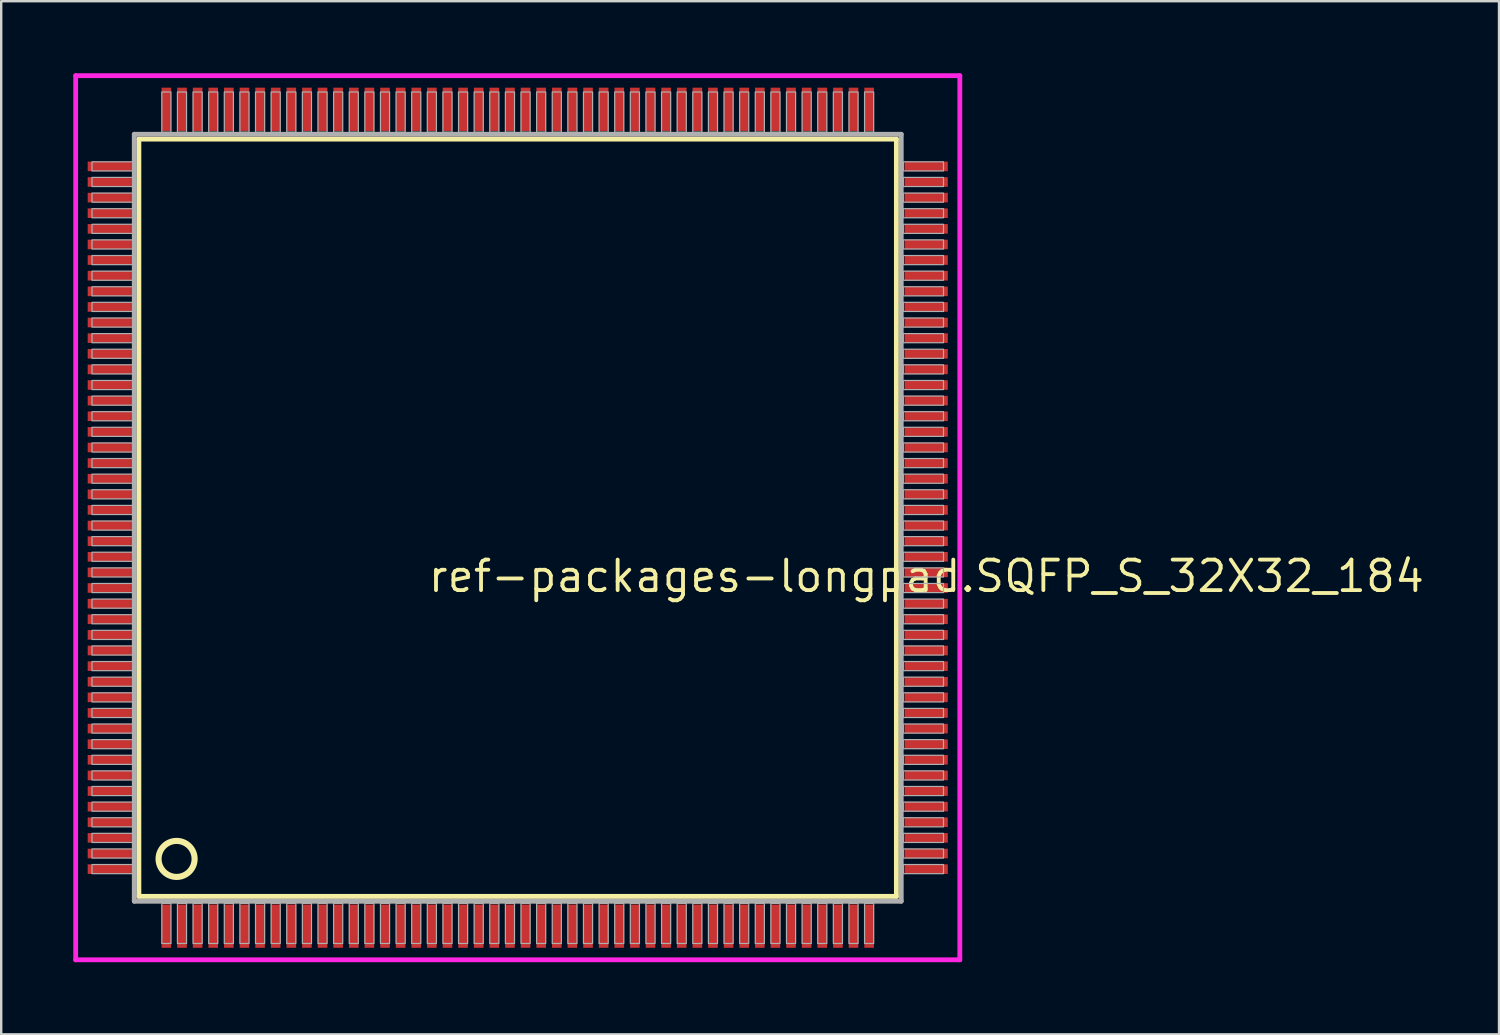
<source format=kicad_pcb>
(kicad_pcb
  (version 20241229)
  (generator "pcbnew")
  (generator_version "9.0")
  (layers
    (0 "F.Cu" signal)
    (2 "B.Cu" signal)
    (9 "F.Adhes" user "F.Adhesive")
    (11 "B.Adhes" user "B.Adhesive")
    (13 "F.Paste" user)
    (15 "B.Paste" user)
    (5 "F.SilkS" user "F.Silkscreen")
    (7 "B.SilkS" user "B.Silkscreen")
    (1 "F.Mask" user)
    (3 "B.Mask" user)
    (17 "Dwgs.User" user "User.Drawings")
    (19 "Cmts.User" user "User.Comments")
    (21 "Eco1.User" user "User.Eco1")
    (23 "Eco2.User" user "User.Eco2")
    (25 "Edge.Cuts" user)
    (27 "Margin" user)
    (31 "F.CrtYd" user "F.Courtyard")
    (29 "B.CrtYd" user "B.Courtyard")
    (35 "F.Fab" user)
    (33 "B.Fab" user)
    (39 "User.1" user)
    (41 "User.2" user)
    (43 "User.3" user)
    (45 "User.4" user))
  (footprint "ref-packages-longpad.SQFP_S_32X32_184"
    (layer "F.Cu")
    (at 18.5 18.5)
    (property "Reference" "ref-packages-longpad.SQFP_S_32X32_184" (at -3.81 3.175 0) (layer "F.SilkS") (effects (font (size 1.27 1.27) (thickness 0.16)) (justify left bottom)))
    (attr smd)
    (fp_line (start -15.77 -15.76) (end 15.76 -15.76) (stroke (width 0.203) (type default)) (layer "F.SilkS"))
    (fp_line (start -15.77 15.76) (end -15.77 -15.76) (stroke (width 0.203) (type default)) (layer "F.SilkS"))
    (fp_line (start 15.76 -15.76) (end 15.76 15.76) (stroke (width 0.203) (type default)) (layer "F.SilkS"))
    (fp_line (start 15.76 15.76) (end -15.77 15.76) (stroke (width 0.203) (type default)) (layer "F.SilkS"))
    (fp_circle (center -14.2 14.2) (end -13.45 14.2) (stroke (width 0.254) (type default)) (fill no) (layer "F.SilkS"))
    (fp_line (start -18.4 -18.4) (end 18.4 -18.4) (stroke (width 0.2) (type default)) (layer "F.CrtYd"))
    (fp_line (start -18.4 18.4) (end -18.4 -18.4) (stroke (width 0.2) (type default)) (layer "F.CrtYd"))
    (fp_line (start 18.4 -18.4) (end 18.4 18.4) (stroke (width 0.2) (type default)) (layer "F.CrtYd"))
    (fp_line (start 18.4 18.4) (end -18.4 18.4) (stroke (width 0.2) (type default)) (layer "F.CrtYd"))
    (fp_line (start -15.96 -15.96) (end -15.96 15.96) (stroke (width 0.203) (type default)) (layer "F.Fab"))
    (fp_line (start -15.96 15.96) (end 15.96 15.96) (stroke (width 0.203) (type default)) (layer "F.Fab"))
    (fp_line (start 15.96 -15.96) (end -15.96 -15.96) (stroke (width 0.203) (type default)) (layer "F.Fab"))
    (fp_line (start 15.96 15.96) (end 15.96 -15.96) (stroke (width 0.203) (type default)) (layer "F.Fab"))
    (fp_rect (start -17.72 -14.435) (end -16.05 -14.815) (stroke (width 0.05) (type default)) (fill no) (layer "F.Fab"))
    (fp_rect (start -17.72 -13.785) (end -16.05 -14.165) (stroke (width 0.05) (type default)) (fill no) (layer "F.Fab"))
    (fp_rect (start -17.72 -13.135) (end -16.05 -13.515) (stroke (width 0.05) (type default)) (fill no) (layer "F.Fab"))
    (fp_rect (start -17.72 -12.485) (end -16.05 -12.865) (stroke (width 0.05) (type default)) (fill no) (layer "F.Fab"))
    (fp_rect (start -17.72 -11.835) (end -16.05 -12.215) (stroke (width 0.05) (type default)) (fill no) (layer "F.Fab"))
    (fp_rect (start -17.72 -11.185) (end -16.05 -11.565) (stroke (width 0.05) (type default)) (fill no) (layer "F.Fab"))
    (fp_rect (start -17.72 -10.535) (end -16.05 -10.915) (stroke (width 0.05) (type default)) (fill no) (layer "F.Fab"))
    (fp_rect (start -17.72 -9.885) (end -16.05 -10.265) (stroke (width 0.05) (type default)) (fill no) (layer "F.Fab"))
    (fp_rect (start -17.72 -9.235) (end -16.05 -9.615) (stroke (width 0.05) (type default)) (fill no) (layer "F.Fab"))
    (fp_rect (start -17.72 -8.585) (end -16.05 -8.965) (stroke (width 0.05) (type default)) (fill no) (layer "F.Fab"))
    (fp_rect (start -17.72 -7.935) (end -16.05 -8.315) (stroke (width 0.05) (type default)) (fill no) (layer "F.Fab"))
    (fp_rect (start -17.72 -7.285) (end -16.05 -7.665) (stroke (width 0.05) (type default)) (fill no) (layer "F.Fab"))
    (fp_rect (start -17.72 -6.635) (end -16.05 -7.015) (stroke (width 0.05) (type default)) (fill no) (layer "F.Fab"))
    (fp_rect (start -17.72 -5.985) (end -16.05 -6.365) (stroke (width 0.05) (type default)) (fill no) (layer "F.Fab"))
    (fp_rect (start -17.72 -5.335) (end -16.05 -5.715) (stroke (width 0.05) (type default)) (fill no) (layer "F.Fab"))
    (fp_rect (start -17.72 -4.685) (end -16.05 -5.065) (stroke (width 0.05) (type default)) (fill no) (layer "F.Fab"))
    (fp_rect (start -17.72 -4.035) (end -16.05 -4.415) (stroke (width 0.05) (type default)) (fill no) (layer "F.Fab"))
    (fp_rect (start -17.72 -3.385) (end -16.05 -3.765) (stroke (width 0.05) (type default)) (fill no) (layer "F.Fab"))
    (fp_rect (start -17.72 -2.735) (end -16.05 -3.115) (stroke (width 0.05) (type default)) (fill no) (layer "F.Fab"))
    (fp_rect (start -17.72 -2.085) (end -16.05 -2.465) (stroke (width 0.05) (type default)) (fill no) (layer "F.Fab"))
    (fp_rect (start -17.72 -1.435) (end -16.05 -1.815) (stroke (width 0.05) (type default)) (fill no) (layer "F.Fab"))
    (fp_rect (start -17.72 -0.785) (end -16.05 -1.165) (stroke (width 0.05) (type default)) (fill no) (layer "F.Fab"))
    (fp_rect (start -17.72 -0.135) (end -16.05 -0.515) (stroke (width 0.05) (type default)) (fill no) (layer "F.Fab"))
    (fp_rect (start -17.72 0.515) (end -16.05 0.135) (stroke (width 0.05) (type default)) (fill no) (layer "F.Fab"))
    (fp_rect (start -17.72 1.165) (end -16.05 0.785) (stroke (width 0.05) (type default)) (fill no) (layer "F.Fab"))
    (fp_rect (start -17.72 1.815) (end -16.05 1.435) (stroke (width 0.05) (type default)) (fill no) (layer "F.Fab"))
    (fp_rect (start -17.72 2.465) (end -16.05 2.085) (stroke (width 0.05) (type default)) (fill no) (layer "F.Fab"))
    (fp_rect (start -17.72 3.115) (end -16.05 2.735) (stroke (width 0.05) (type default)) (fill no) (layer "F.Fab"))
    (fp_rect (start -17.72 3.765) (end -16.05 3.385) (stroke (width 0.05) (type default)) (fill no) (layer "F.Fab"))
    (fp_rect (start -17.72 4.415) (end -16.05 4.035) (stroke (width 0.05) (type default)) (fill no) (layer "F.Fab"))
    (fp_rect (start -17.72 5.065) (end -16.05 4.685) (stroke (width 0.05) (type default)) (fill no) (layer "F.Fab"))
    (fp_rect (start -17.72 5.715) (end -16.05 5.335) (stroke (width 0.05) (type default)) (fill no) (layer "F.Fab"))
    (fp_rect (start -17.72 6.365) (end -16.05 5.985) (stroke (width 0.05) (type default)) (fill no) (layer "F.Fab"))
    (fp_rect (start -17.72 7.015) (end -16.05 6.635) (stroke (width 0.05) (type default)) (fill no) (layer "F.Fab"))
    (fp_rect (start -17.72 7.665) (end -16.05 7.285) (stroke (width 0.05) (type default)) (fill no) (layer "F.Fab"))
    (fp_rect (start -17.72 8.315) (end -16.05 7.935) (stroke (width 0.05) (type default)) (fill no) (layer "F.Fab"))
    (fp_rect (start -17.72 8.965) (end -16.05 8.585) (stroke (width 0.05) (type default)) (fill no) (layer "F.Fab"))
    (fp_rect (start -17.72 9.615) (end -16.05 9.235) (stroke (width 0.05) (type default)) (fill no) (layer "F.Fab"))
    (fp_rect (start -17.72 10.265) (end -16.05 9.885) (stroke (width 0.05) (type default)) (fill no) (layer "F.Fab"))
    (fp_rect (start -17.72 10.915) (end -16.05 10.535) (stroke (width 0.05) (type default)) (fill no) (layer "F.Fab"))
    (fp_rect (start -17.72 11.565) (end -16.05 11.185) (stroke (width 0.05) (type default)) (fill no) (layer "F.Fab"))
    (fp_rect (start -17.72 12.215) (end -16.05 11.835) (stroke (width 0.05) (type default)) (fill no) (layer "F.Fab"))
    (fp_rect (start -17.72 12.865) (end -16.05 12.485) (stroke (width 0.05) (type default)) (fill no) (layer "F.Fab"))
    (fp_rect (start -17.72 13.515) (end -16.05 13.135) (stroke (width 0.05) (type default)) (fill no) (layer "F.Fab"))
    (fp_rect (start -17.72 14.165) (end -16.05 13.785) (stroke (width 0.05) (type default)) (fill no) (layer "F.Fab"))
    (fp_rect (start -17.72 14.815) (end -16.05 14.435) (stroke (width 0.05) (type default)) (fill no) (layer "F.Fab"))
    (fp_rect (start -14.815 -16.05) (end -14.435 -17.72) (stroke (width 0.05) (type default)) (fill no) (layer "F.Fab"))
    (fp_rect (start -14.815 17.72) (end -14.435 16.05) (stroke (width 0.05) (type default)) (fill no) (layer "F.Fab"))
    (fp_rect (start -14.165 -16.05) (end -13.785 -17.72) (stroke (width 0.05) (type default)) (fill no) (layer "F.Fab"))
    (fp_rect (start -14.165 17.72) (end -13.785 16.05) (stroke (width 0.05) (type default)) (fill no) (layer "F.Fab"))
    (fp_rect (start -13.515 -16.05) (end -13.135 -17.72) (stroke (width 0.05) (type default)) (fill no) (layer "F.Fab"))
    (fp_rect (start -13.515 17.72) (end -13.135 16.05) (stroke (width 0.05) (type default)) (fill no) (layer "F.Fab"))
    (fp_rect (start -12.865 -16.05) (end -12.485 -17.72) (stroke (width 0.05) (type default)) (fill no) (layer "F.Fab"))
    (fp_rect (start -12.865 17.72) (end -12.485 16.05) (stroke (width 0.05) (type default)) (fill no) (layer "F.Fab"))
    (fp_rect (start -12.215 -16.05) (end -11.835 -17.72) (stroke (width 0.05) (type default)) (fill no) (layer "F.Fab"))
    (fp_rect (start -12.215 17.72) (end -11.835 16.05) (stroke (width 0.05) (type default)) (fill no) (layer "F.Fab"))
    (fp_rect (start -11.565 -16.05) (end -11.185 -17.72) (stroke (width 0.05) (type default)) (fill no) (layer "F.Fab"))
    (fp_rect (start -11.565 17.72) (end -11.185 16.05) (stroke (width 0.05) (type default)) (fill no) (layer "F.Fab"))
    (fp_rect (start -10.915 -16.05) (end -10.535 -17.72) (stroke (width 0.05) (type default)) (fill no) (layer "F.Fab"))
    (fp_rect (start -10.915 17.72) (end -10.535 16.05) (stroke (width 0.05) (type default)) (fill no) (layer "F.Fab"))
    (fp_rect (start -10.265 -16.05) (end -9.885 -17.72) (stroke (width 0.05) (type default)) (fill no) (layer "F.Fab"))
    (fp_rect (start -10.265 17.72) (end -9.885 16.05) (stroke (width 0.05) (type default)) (fill no) (layer "F.Fab"))
    (fp_rect (start -9.615 -16.05) (end -9.235 -17.72) (stroke (width 0.05) (type default)) (fill no) (layer "F.Fab"))
    (fp_rect (start -9.615 17.72) (end -9.235 16.05) (stroke (width 0.05) (type default)) (fill no) (layer "F.Fab"))
    (fp_rect (start -8.965 -16.05) (end -8.585 -17.72) (stroke (width 0.05) (type default)) (fill no) (layer "F.Fab"))
    (fp_rect (start -8.965 17.72) (end -8.585 16.05) (stroke (width 0.05) (type default)) (fill no) (layer "F.Fab"))
    (fp_rect (start -8.315 -16.05) (end -7.935 -17.72) (stroke (width 0.05) (type default)) (fill no) (layer "F.Fab"))
    (fp_rect (start -8.315 17.72) (end -7.935 16.05) (stroke (width 0.05) (type default)) (fill no) (layer "F.Fab"))
    (fp_rect (start -7.665 -16.05) (end -7.285 -17.72) (stroke (width 0.05) (type default)) (fill no) (layer "F.Fab"))
    (fp_rect (start -7.665 17.72) (end -7.285 16.05) (stroke (width 0.05) (type default)) (fill no) (layer "F.Fab"))
    (fp_rect (start -7.015 -16.05) (end -6.635 -17.72) (stroke (width 0.05) (type default)) (fill no) (layer "F.Fab"))
    (fp_rect (start -7.015 17.72) (end -6.635 16.05) (stroke (width 0.05) (type default)) (fill no) (layer "F.Fab"))
    (fp_rect (start -6.365 -16.05) (end -5.985 -17.72) (stroke (width 0.05) (type default)) (fill no) (layer "F.Fab"))
    (fp_rect (start -6.365 17.72) (end -5.985 16.05) (stroke (width 0.05) (type default)) (fill no) (layer "F.Fab"))
    (fp_rect (start -5.715 -16.05) (end -5.335 -17.72) (stroke (width 0.05) (type default)) (fill no) (layer "F.Fab"))
    (fp_rect (start -5.715 17.72) (end -5.335 16.05) (stroke (width 0.05) (type default)) (fill no) (layer "F.Fab"))
    (fp_rect (start -5.065 -16.05) (end -4.685 -17.72) (stroke (width 0.05) (type default)) (fill no) (layer "F.Fab"))
    (fp_rect (start -5.065 17.72) (end -4.685 16.05) (stroke (width 0.05) (type default)) (fill no) (layer "F.Fab"))
    (fp_rect (start -4.415 -16.05) (end -4.035 -17.72) (stroke (width 0.05) (type default)) (fill no) (layer "F.Fab"))
    (fp_rect (start -4.415 17.72) (end -4.035 16.05) (stroke (width 0.05) (type default)) (fill no) (layer "F.Fab"))
    (fp_rect (start -3.765 -16.05) (end -3.385 -17.72) (stroke (width 0.05) (type default)) (fill no) (layer "F.Fab"))
    (fp_rect (start -3.765 17.72) (end -3.385 16.05) (stroke (width 0.05) (type default)) (fill no) (layer "F.Fab"))
    (fp_rect (start -3.115 -16.05) (end -2.735 -17.72) (stroke (width 0.05) (type default)) (fill no) (layer "F.Fab"))
    (fp_rect (start -3.115 17.72) (end -2.735 16.05) (stroke (width 0.05) (type default)) (fill no) (layer "F.Fab"))
    (fp_rect (start -2.465 -16.05) (end -2.085 -17.72) (stroke (width 0.05) (type default)) (fill no) (layer "F.Fab"))
    (fp_rect (start -2.465 17.72) (end -2.085 16.05) (stroke (width 0.05) (type default)) (fill no) (layer "F.Fab"))
    (fp_rect (start -1.815 -16.05) (end -1.435 -17.72) (stroke (width 0.05) (type default)) (fill no) (layer "F.Fab"))
    (fp_rect (start -1.815 17.72) (end -1.435 16.05) (stroke (width 0.05) (type default)) (fill no) (layer "F.Fab"))
    (fp_rect (start -1.165 -16.05) (end -0.785 -17.72) (stroke (width 0.05) (type default)) (fill no) (layer "F.Fab"))
    (fp_rect (start -1.165 17.72) (end -0.785 16.05) (stroke (width 0.05) (type default)) (fill no) (layer "F.Fab"))
    (fp_rect (start -0.515 -16.05) (end -0.135 -17.72) (stroke (width 0.05) (type default)) (fill no) (layer "F.Fab"))
    (fp_rect (start -0.515 17.72) (end -0.135 16.05) (stroke (width 0.05) (type default)) (fill no) (layer "F.Fab"))
    (fp_rect (start 0.135 -16.05) (end 0.515 -17.72) (stroke (width 0.05) (type default)) (fill no) (layer "F.Fab"))
    (fp_rect (start 0.135 17.72) (end 0.515 16.05) (stroke (width 0.05) (type default)) (fill no) (layer "F.Fab"))
    (fp_rect (start 0.785 -16.05) (end 1.165 -17.72) (stroke (width 0.05) (type default)) (fill no) (layer "F.Fab"))
    (fp_rect (start 0.785 17.72) (end 1.165 16.05) (stroke (width 0.05) (type default)) (fill no) (layer "F.Fab"))
    (fp_rect (start 1.435 -16.05) (end 1.815 -17.72) (stroke (width 0.05) (type default)) (fill no) (layer "F.Fab"))
    (fp_rect (start 1.435 17.72) (end 1.815 16.05) (stroke (width 0.05) (type default)) (fill no) (layer "F.Fab"))
    (fp_rect (start 2.085 -16.05) (end 2.465 -17.72) (stroke (width 0.05) (type default)) (fill no) (layer "F.Fab"))
    (fp_rect (start 2.085 17.72) (end 2.465 16.05) (stroke (width 0.05) (type default)) (fill no) (layer "F.Fab"))
    (fp_rect (start 2.735 -16.05) (end 3.115 -17.72) (stroke (width 0.05) (type default)) (fill no) (layer "F.Fab"))
    (fp_rect (start 2.735 17.72) (end 3.115 16.05) (stroke (width 0.05) (type default)) (fill no) (layer "F.Fab"))
    (fp_rect (start 3.385 -16.05) (end 3.765 -17.72) (stroke (width 0.05) (type default)) (fill no) (layer "F.Fab"))
    (fp_rect (start 3.385 17.72) (end 3.765 16.05) (stroke (width 0.05) (type default)) (fill no) (layer "F.Fab"))
    (fp_rect (start 4.035 -16.05) (end 4.415 -17.72) (stroke (width 0.05) (type default)) (fill no) (layer "F.Fab"))
    (fp_rect (start 4.035 17.72) (end 4.415 16.05) (stroke (width 0.05) (type default)) (fill no) (layer "F.Fab"))
    (fp_rect (start 4.685 -16.05) (end 5.065 -17.72) (stroke (width 0.05) (type default)) (fill no) (layer "F.Fab"))
    (fp_rect (start 4.685 17.72) (end 5.065 16.05) (stroke (width 0.05) (type default)) (fill no) (layer "F.Fab"))
    (fp_rect (start 5.335 -16.05) (end 5.715 -17.72) (stroke (width 0.05) (type default)) (fill no) (layer "F.Fab"))
    (fp_rect (start 5.335 17.72) (end 5.715 16.05) (stroke (width 0.05) (type default)) (fill no) (layer "F.Fab"))
    (fp_rect (start 5.985 -16.05) (end 6.365 -17.72) (stroke (width 0.05) (type default)) (fill no) (layer "F.Fab"))
    (fp_rect (start 5.985 17.72) (end 6.365 16.05) (stroke (width 0.05) (type default)) (fill no) (layer "F.Fab"))
    (fp_rect (start 6.635 -16.05) (end 7.015 -17.72) (stroke (width 0.05) (type default)) (fill no) (layer "F.Fab"))
    (fp_rect (start 6.635 17.72) (end 7.015 16.05) (stroke (width 0.05) (type default)) (fill no) (layer "F.Fab"))
    (fp_rect (start 7.285 -16.05) (end 7.665 -17.72) (stroke (width 0.05) (type default)) (fill no) (layer "F.Fab"))
    (fp_rect (start 7.285 17.72) (end 7.665 16.05) (stroke (width 0.05) (type default)) (fill no) (layer "F.Fab"))
    (fp_rect (start 7.935 -16.05) (end 8.315 -17.72) (stroke (width 0.05) (type default)) (fill no) (layer "F.Fab"))
    (fp_rect (start 7.935 17.72) (end 8.315 16.05) (stroke (width 0.05) (type default)) (fill no) (layer "F.Fab"))
    (fp_rect (start 8.585 -16.05) (end 8.965 -17.72) (stroke (width 0.05) (type default)) (fill no) (layer "F.Fab"))
    (fp_rect (start 8.585 17.72) (end 8.965 16.05) (stroke (width 0.05) (type default)) (fill no) (layer "F.Fab"))
    (fp_rect (start 9.235 -16.05) (end 9.615 -17.72) (stroke (width 0.05) (type default)) (fill no) (layer "F.Fab"))
    (fp_rect (start 9.235 17.72) (end 9.615 16.05) (stroke (width 0.05) (type default)) (fill no) (layer "F.Fab"))
    (fp_rect (start 9.885 -16.05) (end 10.265 -17.72) (stroke (width 0.05) (type default)) (fill no) (layer "F.Fab"))
    (fp_rect (start 9.885 17.72) (end 10.265 16.05) (stroke (width 0.05) (type default)) (fill no) (layer "F.Fab"))
    (fp_rect (start 10.535 -16.05) (end 10.915 -17.72) (stroke (width 0.05) (type default)) (fill no) (layer "F.Fab"))
    (fp_rect (start 10.535 17.72) (end 10.915 16.05) (stroke (width 0.05) (type default)) (fill no) (layer "F.Fab"))
    (fp_rect (start 11.185 -16.05) (end 11.565 -17.72) (stroke (width 0.05) (type default)) (fill no) (layer "F.Fab"))
    (fp_rect (start 11.185 17.72) (end 11.565 16.05) (stroke (width 0.05) (type default)) (fill no) (layer "F.Fab"))
    (fp_rect (start 11.835 -16.05) (end 12.215 -17.72) (stroke (width 0.05) (type default)) (fill no) (layer "F.Fab"))
    (fp_rect (start 11.835 17.72) (end 12.215 16.05) (stroke (width 0.05) (type default)) (fill no) (layer "F.Fab"))
    (fp_rect (start 12.485 -16.05) (end 12.865 -17.72) (stroke (width 0.05) (type default)) (fill no) (layer "F.Fab"))
    (fp_rect (start 12.485 17.72) (end 12.865 16.05) (stroke (width 0.05) (type default)) (fill no) (layer "F.Fab"))
    (fp_rect (start 13.135 -16.05) (end 13.515 -17.72) (stroke (width 0.05) (type default)) (fill no) (layer "F.Fab"))
    (fp_rect (start 13.135 17.72) (end 13.515 16.05) (stroke (width 0.05) (type default)) (fill no) (layer "F.Fab"))
    (fp_rect (start 13.785 -16.05) (end 14.165 -17.72) (stroke (width 0.05) (type default)) (fill no) (layer "F.Fab"))
    (fp_rect (start 13.785 17.72) (end 14.165 16.05) (stroke (width 0.05) (type default)) (fill no) (layer "F.Fab"))
    (fp_rect (start 14.435 -16.05) (end 14.815 -17.72) (stroke (width 0.05) (type default)) (fill no) (layer "F.Fab"))
    (fp_rect (start 14.435 17.72) (end 14.815 16.05) (stroke (width 0.05) (type default)) (fill no) (layer "F.Fab"))
    (fp_rect (start 16.05 -14.435) (end 17.72 -14.815) (stroke (width 0.05) (type default)) (fill no) (layer "F.Fab"))
    (fp_rect (start 16.05 -13.785) (end 17.72 -14.165) (stroke (width 0.05) (type default)) (fill no) (layer "F.Fab"))
    (fp_rect (start 16.05 -13.135) (end 17.72 -13.515) (stroke (width 0.05) (type default)) (fill no) (layer "F.Fab"))
    (fp_rect (start 16.05 -12.485) (end 17.72 -12.865) (stroke (width 0.05) (type default)) (fill no) (layer "F.Fab"))
    (fp_rect (start 16.05 -11.835) (end 17.72 -12.215) (stroke (width 0.05) (type default)) (fill no) (layer "F.Fab"))
    (fp_rect (start 16.05 -11.185) (end 17.72 -11.565) (stroke (width 0.05) (type default)) (fill no) (layer "F.Fab"))
    (fp_rect (start 16.05 -10.535) (end 17.72 -10.915) (stroke (width 0.05) (type default)) (fill no) (layer "F.Fab"))
    (fp_rect (start 16.05 -9.885) (end 17.72 -10.265) (stroke (width 0.05) (type default)) (fill no) (layer "F.Fab"))
    (fp_rect (start 16.05 -9.235) (end 17.72 -9.615) (stroke (width 0.05) (type default)) (fill no) (layer "F.Fab"))
    (fp_rect (start 16.05 -8.585) (end 17.72 -8.965) (stroke (width 0.05) (type default)) (fill no) (layer "F.Fab"))
    (fp_rect (start 16.05 -7.935) (end 17.72 -8.315) (stroke (width 0.05) (type default)) (fill no) (layer "F.Fab"))
    (fp_rect (start 16.05 -7.285) (end 17.72 -7.665) (stroke (width 0.05) (type default)) (fill no) (layer "F.Fab"))
    (fp_rect (start 16.05 -6.635) (end 17.72 -7.015) (stroke (width 0.05) (type default)) (fill no) (layer "F.Fab"))
    (fp_rect (start 16.05 -5.985) (end 17.72 -6.365) (stroke (width 0.05) (type default)) (fill no) (layer "F.Fab"))
    (fp_rect (start 16.05 -5.335) (end 17.72 -5.715) (stroke (width 0.05) (type default)) (fill no) (layer "F.Fab"))
    (fp_rect (start 16.05 -4.685) (end 17.72 -5.065) (stroke (width 0.05) (type default)) (fill no) (layer "F.Fab"))
    (fp_rect (start 16.05 -4.035) (end 17.72 -4.415) (stroke (width 0.05) (type default)) (fill no) (layer "F.Fab"))
    (fp_rect (start 16.05 -3.385) (end 17.72 -3.765) (stroke (width 0.05) (type default)) (fill no) (layer "F.Fab"))
    (fp_rect (start 16.05 -2.735) (end 17.72 -3.115) (stroke (width 0.05) (type default)) (fill no) (layer "F.Fab"))
    (fp_rect (start 16.05 -2.085) (end 17.72 -2.465) (stroke (width 0.05) (type default)) (fill no) (layer "F.Fab"))
    (fp_rect (start 16.05 -1.435) (end 17.72 -1.815) (stroke (width 0.05) (type default)) (fill no) (layer "F.Fab"))
    (fp_rect (start 16.05 -0.785) (end 17.72 -1.165) (stroke (width 0.05) (type default)) (fill no) (layer "F.Fab"))
    (fp_rect (start 16.05 -0.135) (end 17.72 -0.515) (stroke (width 0.05) (type default)) (fill no) (layer "F.Fab"))
    (fp_rect (start 16.05 0.515) (end 17.72 0.135) (stroke (width 0.05) (type default)) (fill no) (layer "F.Fab"))
    (fp_rect (start 16.05 1.165) (end 17.72 0.785) (stroke (width 0.05) (type default)) (fill no) (layer "F.Fab"))
    (fp_rect (start 16.05 1.815) (end 17.72 1.435) (stroke (width 0.05) (type default)) (fill no) (layer "F.Fab"))
    (fp_rect (start 16.05 2.465) (end 17.72 2.085) (stroke (width 0.05) (type default)) (fill no) (layer "F.Fab"))
    (fp_rect (start 16.05 3.115) (end 17.72 2.735) (stroke (width 0.05) (type default)) (fill no) (layer "F.Fab"))
    (fp_rect (start 16.05 3.765) (end 17.72 3.385) (stroke (width 0.05) (type default)) (fill no) (layer "F.Fab"))
    (fp_rect (start 16.05 4.415) (end 17.72 4.035) (stroke (width 0.05) (type default)) (fill no) (layer "F.Fab"))
    (fp_rect (start 16.05 5.065) (end 17.72 4.685) (stroke (width 0.05) (type default)) (fill no) (layer "F.Fab"))
    (fp_rect (start 16.05 5.715) (end 17.72 5.335) (stroke (width 0.05) (type default)) (fill no) (layer "F.Fab"))
    (fp_rect (start 16.05 6.365) (end 17.72 5.985) (stroke (width 0.05) (type default)) (fill no) (layer "F.Fab"))
    (fp_rect (start 16.05 7.015) (end 17.72 6.635) (stroke (width 0.05) (type default)) (fill no) (layer "F.Fab"))
    (fp_rect (start 16.05 7.665) (end 17.72 7.285) (stroke (width 0.05) (type default)) (fill no) (layer "F.Fab"))
    (fp_rect (start 16.05 8.315) (end 17.72 7.935) (stroke (width 0.05) (type default)) (fill no) (layer "F.Fab"))
    (fp_rect (start 16.05 8.965) (end 17.72 8.585) (stroke (width 0.05) (type default)) (fill no) (layer "F.Fab"))
    (fp_rect (start 16.05 9.615) (end 17.72 9.235) (stroke (width 0.05) (type default)) (fill no) (layer "F.Fab"))
    (fp_rect (start 16.05 10.265) (end 17.72 9.885) (stroke (width 0.05) (type default)) (fill no) (layer "F.Fab"))
    (fp_rect (start 16.05 10.915) (end 17.72 10.535) (stroke (width 0.05) (type default)) (fill no) (layer "F.Fab"))
    (fp_rect (start 16.05 11.565) (end 17.72 11.185) (stroke (width 0.05) (type default)) (fill no) (layer "F.Fab"))
    (fp_rect (start 16.05 12.215) (end 17.72 11.835) (stroke (width 0.05) (type default)) (fill no) (layer "F.Fab"))
    (fp_rect (start 16.05 12.865) (end 17.72 12.485) (stroke (width 0.05) (type default)) (fill no) (layer "F.Fab"))
    (fp_rect (start 16.05 13.515) (end 17.72 13.135) (stroke (width 0.05) (type default)) (fill no) (layer "F.Fab"))
    (fp_rect (start 16.05 14.165) (end 17.72 13.785) (stroke (width 0.05) (type default)) (fill no) (layer "F.Fab"))
    (fp_rect (start 16.05 14.815) (end 17.72 14.435) (stroke (width 0.05) (type default)) (fill no) (layer "F.Fab"))
    (pad "1" smd roundrect (at -14.625 17) (size 0.4 1.8) (layers "F.Cu" "F.Mask" "F.Paste") (roundrect_rratio 0.01))
    (pad "2" smd roundrect (at -13.975 17) (size 0.4 1.8) (layers "F.Cu" "F.Mask" "F.Paste") (roundrect_rratio 0.01))
    (pad "3" smd roundrect (at -13.325 17) (size 0.4 1.8) (layers "F.Cu" "F.Mask" "F.Paste") (roundrect_rratio 0.01))
    (pad "4" smd roundrect (at -12.675 17) (size 0.4 1.8) (layers "F.Cu" "F.Mask" "F.Paste") (roundrect_rratio 0.01))
    (pad "5" smd roundrect (at -12.025 17) (size 0.4 1.8) (layers "F.Cu" "F.Mask" "F.Paste") (roundrect_rratio 0.01))
    (pad "6" smd roundrect (at -11.375 17) (size 0.4 1.8) (layers "F.Cu" "F.Mask" "F.Paste") (roundrect_rratio 0.01))
    (pad "7" smd roundrect (at -10.725 17) (size 0.4 1.8) (layers "F.Cu" "F.Mask" "F.Paste") (roundrect_rratio 0.01))
    (pad "8" smd roundrect (at -10.075 17) (size 0.4 1.8) (layers "F.Cu" "F.Mask" "F.Paste") (roundrect_rratio 0.01))
    (pad "9" smd roundrect (at -9.425 17) (size 0.4 1.8) (layers "F.Cu" "F.Mask" "F.Paste") (roundrect_rratio 0.01))
    (pad "10" smd roundrect (at -8.775 17) (size 0.4 1.8) (layers "F.Cu" "F.Mask" "F.Paste") (roundrect_rratio 0.01))
    (pad "11" smd roundrect (at -8.125 17) (size 0.4 1.8) (layers "F.Cu" "F.Mask" "F.Paste") (roundrect_rratio 0.01))
    (pad "12" smd roundrect (at -7.475 17) (size 0.4 1.8) (layers "F.Cu" "F.Mask" "F.Paste") (roundrect_rratio 0.01))
    (pad "13" smd roundrect (at -6.825 17) (size 0.4 1.8) (layers "F.Cu" "F.Mask" "F.Paste") (roundrect_rratio 0.01))
    (pad "14" smd roundrect (at -6.175 17) (size 0.4 1.8) (layers "F.Cu" "F.Mask" "F.Paste") (roundrect_rratio 0.01))
    (pad "15" smd roundrect (at -5.525 17) (size 0.4 1.8) (layers "F.Cu" "F.Mask" "F.Paste") (roundrect_rratio 0.01))
    (pad "16" smd roundrect (at -4.875 17) (size 0.4 1.8) (layers "F.Cu" "F.Mask" "F.Paste") (roundrect_rratio 0.01))
    (pad "17" smd roundrect (at -4.225 17) (size 0.4 1.8) (layers "F.Cu" "F.Mask" "F.Paste") (roundrect_rratio 0.01))
    (pad "18" smd roundrect (at -3.575 17) (size 0.4 1.8) (layers "F.Cu" "F.Mask" "F.Paste") (roundrect_rratio 0.01))
    (pad "19" smd roundrect (at -2.925 17) (size 0.4 1.8) (layers "F.Cu" "F.Mask" "F.Paste") (roundrect_rratio 0.01))
    (pad "20" smd roundrect (at -2.275 17) (size 0.4 1.8) (layers "F.Cu" "F.Mask" "F.Paste") (roundrect_rratio 0.01))
    (pad "21" smd roundrect (at -1.625 17) (size 0.4 1.8) (layers "F.Cu" "F.Mask" "F.Paste") (roundrect_rratio 0.01))
    (pad "22" smd roundrect (at -0.975 17) (size 0.4 1.8) (layers "F.Cu" "F.Mask" "F.Paste") (roundrect_rratio 0.01))
    (pad "23" smd roundrect (at -0.325 17) (size 0.4 1.8) (layers "F.Cu" "F.Mask" "F.Paste") (roundrect_rratio 0.01))
    (pad "24" smd roundrect (at 0.325 17) (size 0.4 1.8) (layers "F.Cu" "F.Mask" "F.Paste") (roundrect_rratio 0.01))
    (pad "25" smd roundrect (at 0.975 17) (size 0.4 1.8) (layers "F.Cu" "F.Mask" "F.Paste") (roundrect_rratio 0.01))
    (pad "26" smd roundrect (at 1.625 17) (size 0.4 1.8) (layers "F.Cu" "F.Mask" "F.Paste") (roundrect_rratio 0.01))
    (pad "27" smd roundrect (at 2.275 17) (size 0.4 1.8) (layers "F.Cu" "F.Mask" "F.Paste") (roundrect_rratio 0.01))
    (pad "28" smd roundrect (at 2.925 17) (size 0.4 1.8) (layers "F.Cu" "F.Mask" "F.Paste") (roundrect_rratio 0.01))
    (pad "29" smd roundrect (at 3.575 17) (size 0.4 1.8) (layers "F.Cu" "F.Mask" "F.Paste") (roundrect_rratio 0.01))
    (pad "30" smd roundrect (at 4.225 17) (size 0.4 1.8) (layers "F.Cu" "F.Mask" "F.Paste") (roundrect_rratio 0.01))
    (pad "31" smd roundrect (at 4.875 17) (size 0.4 1.8) (layers "F.Cu" "F.Mask" "F.Paste") (roundrect_rratio 0.01))
    (pad "32" smd roundrect (at 5.525 17) (size 0.4 1.8) (layers "F.Cu" "F.Mask" "F.Paste") (roundrect_rratio 0.01))
    (pad "33" smd roundrect (at 6.175 17) (size 0.4 1.8) (layers "F.Cu" "F.Mask" "F.Paste") (roundrect_rratio 0.01))
    (pad "34" smd roundrect (at 6.825 17) (size 0.4 1.8) (layers "F.Cu" "F.Mask" "F.Paste") (roundrect_rratio 0.01))
    (pad "35" smd roundrect (at 7.475 17) (size 0.4 1.8) (layers "F.Cu" "F.Mask" "F.Paste") (roundrect_rratio 0.01))
    (pad "36" smd roundrect (at 8.125 17) (size 0.4 1.8) (layers "F.Cu" "F.Mask" "F.Paste") (roundrect_rratio 0.01))
    (pad "37" smd roundrect (at 8.775 17) (size 0.4 1.8) (layers "F.Cu" "F.Mask" "F.Paste") (roundrect_rratio 0.01))
    (pad "38" smd roundrect (at 9.425 17) (size 0.4 1.8) (layers "F.Cu" "F.Mask" "F.Paste") (roundrect_rratio 0.01))
    (pad "39" smd roundrect (at 10.075 17) (size 0.4 1.8) (layers "F.Cu" "F.Mask" "F.Paste") (roundrect_rratio 0.01))
    (pad "40" smd roundrect (at 10.725 17) (size 0.4 1.8) (layers "F.Cu" "F.Mask" "F.Paste") (roundrect_rratio 0.01))
    (pad "41" smd roundrect (at 11.375 17) (size 0.4 1.8) (layers "F.Cu" "F.Mask" "F.Paste") (roundrect_rratio 0.01))
    (pad "42" smd roundrect (at 12.025 17) (size 0.4 1.8) (layers "F.Cu" "F.Mask" "F.Paste") (roundrect_rratio 0.01))
    (pad "43" smd roundrect (at 12.675 17) (size 0.4 1.8) (layers "F.Cu" "F.Mask" "F.Paste") (roundrect_rratio 0.01))
    (pad "44" smd roundrect (at 13.325 17) (size 0.4 1.8) (layers "F.Cu" "F.Mask" "F.Paste") (roundrect_rratio 0.01))
    (pad "45" smd roundrect (at 13.975 17) (size 0.4 1.8) (layers "F.Cu" "F.Mask" "F.Paste") (roundrect_rratio 0.01))
    (pad "46" smd roundrect (at 14.625 17) (size 0.4 1.8) (layers "F.Cu" "F.Mask" "F.Paste") (roundrect_rratio 0.01))
    (pad "47" smd roundrect (at 17 14.625) (size 1.8 0.4) (layers "F.Cu" "F.Mask" "F.Paste") (roundrect_rratio 0.01))
    (pad "48" smd roundrect (at 17 13.975) (size 1.8 0.4) (layers "F.Cu" "F.Mask" "F.Paste") (roundrect_rratio 0.01))
    (pad "49" smd roundrect (at 17 13.325) (size 1.8 0.4) (layers "F.Cu" "F.Mask" "F.Paste") (roundrect_rratio 0.01))
    (pad "50" smd roundrect (at 17 12.675) (size 1.8 0.4) (layers "F.Cu" "F.Mask" "F.Paste") (roundrect_rratio 0.01))
    (pad "51" smd roundrect (at 17 12.025) (size 1.8 0.4) (layers "F.Cu" "F.Mask" "F.Paste") (roundrect_rratio 0.01))
    (pad "52" smd roundrect (at 17 11.375) (size 1.8 0.4) (layers "F.Cu" "F.Mask" "F.Paste") (roundrect_rratio 0.01))
    (pad "53" smd roundrect (at 17 10.725) (size 1.8 0.4) (layers "F.Cu" "F.Mask" "F.Paste") (roundrect_rratio 0.01))
    (pad "54" smd roundrect (at 17 10.075) (size 1.8 0.4) (layers "F.Cu" "F.Mask" "F.Paste") (roundrect_rratio 0.01))
    (pad "55" smd roundrect (at 17 9.425) (size 1.8 0.4) (layers "F.Cu" "F.Mask" "F.Paste") (roundrect_rratio 0.01))
    (pad "56" smd roundrect (at 17 8.775) (size 1.8 0.4) (layers "F.Cu" "F.Mask" "F.Paste") (roundrect_rratio 0.01))
    (pad "57" smd roundrect (at 17 8.125) (size 1.8 0.4) (layers "F.Cu" "F.Mask" "F.Paste") (roundrect_rratio 0.01))
    (pad "58" smd roundrect (at 17 7.475) (size 1.8 0.4) (layers "F.Cu" "F.Mask" "F.Paste") (roundrect_rratio 0.01))
    (pad "59" smd roundrect (at 17 6.825) (size 1.8 0.4) (layers "F.Cu" "F.Mask" "F.Paste") (roundrect_rratio 0.01))
    (pad "60" smd roundrect (at 17 6.175) (size 1.8 0.4) (layers "F.Cu" "F.Mask" "F.Paste") (roundrect_rratio 0.01))
    (pad "61" smd roundrect (at 17 5.525) (size 1.8 0.4) (layers "F.Cu" "F.Mask" "F.Paste") (roundrect_rratio 0.01))
    (pad "62" smd roundrect (at 17 4.875) (size 1.8 0.4) (layers "F.Cu" "F.Mask" "F.Paste") (roundrect_rratio 0.01))
    (pad "63" smd roundrect (at 17 4.225) (size 1.8 0.4) (layers "F.Cu" "F.Mask" "F.Paste") (roundrect_rratio 0.01))
    (pad "64" smd roundrect (at 17 3.575) (size 1.8 0.4) (layers "F.Cu" "F.Mask" "F.Paste") (roundrect_rratio 0.01))
    (pad "65" smd roundrect (at 17 2.925) (size 1.8 0.4) (layers "F.Cu" "F.Mask" "F.Paste") (roundrect_rratio 0.01))
    (pad "66" smd roundrect (at 17 2.275) (size 1.8 0.4) (layers "F.Cu" "F.Mask" "F.Paste") (roundrect_rratio 0.01))
    (pad "67" smd roundrect (at 17 1.625) (size 1.8 0.4) (layers "F.Cu" "F.Mask" "F.Paste") (roundrect_rratio 0.01))
    (pad "68" smd roundrect (at 17 0.975) (size 1.8 0.4) (layers "F.Cu" "F.Mask" "F.Paste") (roundrect_rratio 0.01))
    (pad "69" smd roundrect (at 17 0.325) (size 1.8 0.4) (layers "F.Cu" "F.Mask" "F.Paste") (roundrect_rratio 0.01))
    (pad "70" smd roundrect (at 17 -0.325) (size 1.8 0.4) (layers "F.Cu" "F.Mask" "F.Paste") (roundrect_rratio 0.01))
    (pad "71" smd roundrect (at 17 -0.975) (size 1.8 0.4) (layers "F.Cu" "F.Mask" "F.Paste") (roundrect_rratio 0.01))
    (pad "72" smd roundrect (at 17 -1.625) (size 1.8 0.4) (layers "F.Cu" "F.Mask" "F.Paste") (roundrect_rratio 0.01))
    (pad "73" smd roundrect (at 17 -2.275) (size 1.8 0.4) (layers "F.Cu" "F.Mask" "F.Paste") (roundrect_rratio 0.01))
    (pad "74" smd roundrect (at 17 -2.925) (size 1.8 0.4) (layers "F.Cu" "F.Mask" "F.Paste") (roundrect_rratio 0.01))
    (pad "75" smd roundrect (at 17 -3.575) (size 1.8 0.4) (layers "F.Cu" "F.Mask" "F.Paste") (roundrect_rratio 0.01))
    (pad "76" smd roundrect (at 17 -4.225) (size 1.8 0.4) (layers "F.Cu" "F.Mask" "F.Paste") (roundrect_rratio 0.01))
    (pad "77" smd roundrect (at 17 -4.875) (size 1.8 0.4) (layers "F.Cu" "F.Mask" "F.Paste") (roundrect_rratio 0.01))
    (pad "78" smd roundrect (at 17 -5.525) (size 1.8 0.4) (layers "F.Cu" "F.Mask" "F.Paste") (roundrect_rratio 0.01))
    (pad "79" smd roundrect (at 17 -6.175) (size 1.8 0.4) (layers "F.Cu" "F.Mask" "F.Paste") (roundrect_rratio 0.01))
    (pad "80" smd roundrect (at 17 -6.825) (size 1.8 0.4) (layers "F.Cu" "F.Mask" "F.Paste") (roundrect_rratio 0.01))
    (pad "81" smd roundrect (at 17 -7.475) (size 1.8 0.4) (layers "F.Cu" "F.Mask" "F.Paste") (roundrect_rratio 0.01))
    (pad "82" smd roundrect (at 17 -8.125) (size 1.8 0.4) (layers "F.Cu" "F.Mask" "F.Paste") (roundrect_rratio 0.01))
    (pad "83" smd roundrect (at 17 -8.775) (size 1.8 0.4) (layers "F.Cu" "F.Mask" "F.Paste") (roundrect_rratio 0.01))
    (pad "84" smd roundrect (at 17 -9.425) (size 1.8 0.4) (layers "F.Cu" "F.Mask" "F.Paste") (roundrect_rratio 0.01))
    (pad "85" smd roundrect (at 17 -10.075) (size 1.8 0.4) (layers "F.Cu" "F.Mask" "F.Paste") (roundrect_rratio 0.01))
    (pad "86" smd roundrect (at 17 -10.725) (size 1.8 0.4) (layers "F.Cu" "F.Mask" "F.Paste") (roundrect_rratio 0.01))
    (pad "87" smd roundrect (at 17 -11.375) (size 1.8 0.4) (layers "F.Cu" "F.Mask" "F.Paste") (roundrect_rratio 0.01))
    (pad "88" smd roundrect (at 17 -12.025) (size 1.8 0.4) (layers "F.Cu" "F.Mask" "F.Paste") (roundrect_rratio 0.01))
    (pad "89" smd roundrect (at 17 -12.675) (size 1.8 0.4) (layers "F.Cu" "F.Mask" "F.Paste") (roundrect_rratio 0.01))
    (pad "90" smd roundrect (at 17 -13.325) (size 1.8 0.4) (layers "F.Cu" "F.Mask" "F.Paste") (roundrect_rratio 0.01))
    (pad "91" smd roundrect (at 17 -13.975) (size 1.8 0.4) (layers "F.Cu" "F.Mask" "F.Paste") (roundrect_rratio 0.01))
    (pad "92" smd roundrect (at 17 -14.625) (size 1.8 0.4) (layers "F.Cu" "F.Mask" "F.Paste") (roundrect_rratio 0.01))
    (pad "93" smd roundrect (at 14.625 -17) (size 0.4 1.8) (layers "F.Cu" "F.Mask" "F.Paste") (roundrect_rratio 0.01))
    (pad "94" smd roundrect (at 13.975 -17) (size 0.4 1.8) (layers "F.Cu" "F.Mask" "F.Paste") (roundrect_rratio 0.01))
    (pad "95" smd roundrect (at 13.325 -17) (size 0.4 1.8) (layers "F.Cu" "F.Mask" "F.Paste") (roundrect_rratio 0.01))
    (pad "96" smd roundrect (at 12.675 -17) (size 0.4 1.8) (layers "F.Cu" "F.Mask" "F.Paste") (roundrect_rratio 0.01))
    (pad "97" smd roundrect (at 12.025 -17) (size 0.4 1.8) (layers "F.Cu" "F.Mask" "F.Paste") (roundrect_rratio 0.01))
    (pad "98" smd roundrect (at 11.375 -17) (size 0.4 1.8) (layers "F.Cu" "F.Mask" "F.Paste") (roundrect_rratio 0.01))
    (pad "99" smd roundrect (at 10.725 -17) (size 0.4 1.8) (layers "F.Cu" "F.Mask" "F.Paste") (roundrect_rratio 0.01))
    (pad "100" smd roundrect (at 10.075 -17) (size 0.4 1.8) (layers "F.Cu" "F.Mask" "F.Paste") (roundrect_rratio 0.01))
    (pad "101" smd roundrect (at 9.425 -17) (size 0.4 1.8) (layers "F.Cu" "F.Mask" "F.Paste") (roundrect_rratio 0.01))
    (pad "102" smd roundrect (at 8.775 -17) (size 0.4 1.8) (layers "F.Cu" "F.Mask" "F.Paste") (roundrect_rratio 0.01))
    (pad "103" smd roundrect (at 8.125 -17) (size 0.4 1.8) (layers "F.Cu" "F.Mask" "F.Paste") (roundrect_rratio 0.01))
    (pad "104" smd roundrect (at 7.475 -17) (size 0.4 1.8) (layers "F.Cu" "F.Mask" "F.Paste") (roundrect_rratio 0.01))
    (pad "105" smd roundrect (at 6.825 -17) (size 0.4 1.8) (layers "F.Cu" "F.Mask" "F.Paste") (roundrect_rratio 0.01))
    (pad "106" smd roundrect (at 6.175 -17) (size 0.4 1.8) (layers "F.Cu" "F.Mask" "F.Paste") (roundrect_rratio 0.01))
    (pad "107" smd roundrect (at 5.525 -17) (size 0.4 1.8) (layers "F.Cu" "F.Mask" "F.Paste") (roundrect_rratio 0.01))
    (pad "108" smd roundrect (at 4.875 -17) (size 0.4 1.8) (layers "F.Cu" "F.Mask" "F.Paste") (roundrect_rratio 0.01))
    (pad "109" smd roundrect (at 4.225 -17) (size 0.4 1.8) (layers "F.Cu" "F.Mask" "F.Paste") (roundrect_rratio 0.01))
    (pad "110" smd roundrect (at 3.575 -17) (size 0.4 1.8) (layers "F.Cu" "F.Mask" "F.Paste") (roundrect_rratio 0.01))
    (pad "111" smd roundrect (at 2.925 -17) (size 0.4 1.8) (layers "F.Cu" "F.Mask" "F.Paste") (roundrect_rratio 0.01))
    (pad "112" smd roundrect (at 2.275 -17) (size 0.4 1.8) (layers "F.Cu" "F.Mask" "F.Paste") (roundrect_rratio 0.01))
    (pad "113" smd roundrect (at 1.625 -17) (size 0.4 1.8) (layers "F.Cu" "F.Mask" "F.Paste") (roundrect_rratio 0.01))
    (pad "114" smd roundrect (at 0.975 -17) (size 0.4 1.8) (layers "F.Cu" "F.Mask" "F.Paste") (roundrect_rratio 0.01))
    (pad "115" smd roundrect (at 0.325 -17) (size 0.4 1.8) (layers "F.Cu" "F.Mask" "F.Paste") (roundrect_rratio 0.01))
    (pad "116" smd roundrect (at -0.325 -17) (size 0.4 1.8) (layers "F.Cu" "F.Mask" "F.Paste") (roundrect_rratio 0.01))
    (pad "117" smd roundrect (at -0.975 -17) (size 0.4 1.8) (layers "F.Cu" "F.Mask" "F.Paste") (roundrect_rratio 0.01))
    (pad "118" smd roundrect (at -1.625 -17) (size 0.4 1.8) (layers "F.Cu" "F.Mask" "F.Paste") (roundrect_rratio 0.01))
    (pad "119" smd roundrect (at -2.275 -17) (size 0.4 1.8) (layers "F.Cu" "F.Mask" "F.Paste") (roundrect_rratio 0.01))
    (pad "120" smd roundrect (at -2.925 -17) (size 0.4 1.8) (layers "F.Cu" "F.Mask" "F.Paste") (roundrect_rratio 0.01))
    (pad "121" smd roundrect (at -3.575 -17) (size 0.4 1.8) (layers "F.Cu" "F.Mask" "F.Paste") (roundrect_rratio 0.01))
    (pad "122" smd roundrect (at -4.225 -17) (size 0.4 1.8) (layers "F.Cu" "F.Mask" "F.Paste") (roundrect_rratio 0.01))
    (pad "123" smd roundrect (at -4.875 -17) (size 0.4 1.8) (layers "F.Cu" "F.Mask" "F.Paste") (roundrect_rratio 0.01))
    (pad "124" smd roundrect (at -5.525 -17) (size 0.4 1.8) (layers "F.Cu" "F.Mask" "F.Paste") (roundrect_rratio 0.01))
    (pad "125" smd roundrect (at -6.175 -17) (size 0.4 1.8) (layers "F.Cu" "F.Mask" "F.Paste") (roundrect_rratio 0.01))
    (pad "126" smd roundrect (at -6.825 -17) (size 0.4 1.8) (layers "F.Cu" "F.Mask" "F.Paste") (roundrect_rratio 0.01))
    (pad "127" smd roundrect (at -7.475 -17) (size 0.4 1.8) (layers "F.Cu" "F.Mask" "F.Paste") (roundrect_rratio 0.01))
    (pad "128" smd roundrect (at -8.125 -17) (size 0.4 1.8) (layers "F.Cu" "F.Mask" "F.Paste") (roundrect_rratio 0.01))
    (pad "129" smd roundrect (at -8.775 -17) (size 0.4 1.8) (layers "F.Cu" "F.Mask" "F.Paste") (roundrect_rratio 0.01))
    (pad "130" smd roundrect (at -9.425 -17) (size 0.4 1.8) (layers "F.Cu" "F.Mask" "F.Paste") (roundrect_rratio 0.01))
    (pad "131" smd roundrect (at -10.075 -17) (size 0.4 1.8) (layers "F.Cu" "F.Mask" "F.Paste") (roundrect_rratio 0.01))
    (pad "132" smd roundrect (at -10.725 -17) (size 0.4 1.8) (layers "F.Cu" "F.Mask" "F.Paste") (roundrect_rratio 0.01))
    (pad "133" smd roundrect (at -11.375 -17) (size 0.4 1.8) (layers "F.Cu" "F.Mask" "F.Paste") (roundrect_rratio 0.01))
    (pad "134" smd roundrect (at -12.025 -17) (size 0.4 1.8) (layers "F.Cu" "F.Mask" "F.Paste") (roundrect_rratio 0.01))
    (pad "135" smd roundrect (at -12.675 -17) (size 0.4 1.8) (layers "F.Cu" "F.Mask" "F.Paste") (roundrect_rratio 0.01))
    (pad "136" smd roundrect (at -13.325 -17) (size 0.4 1.8) (layers "F.Cu" "F.Mask" "F.Paste") (roundrect_rratio 0.01))
    (pad "137" smd roundrect (at -13.975 -17) (size 0.4 1.8) (layers "F.Cu" "F.Mask" "F.Paste") (roundrect_rratio 0.01))
    (pad "138" smd roundrect (at -14.625 -17) (size 0.4 1.8) (layers "F.Cu" "F.Mask" "F.Paste") (roundrect_rratio 0.01))
    (pad "139" smd roundrect (at -17 -14.625) (size 1.8 0.4) (layers "F.Cu" "F.Mask" "F.Paste") (roundrect_rratio 0.01))
    (pad "140" smd roundrect (at -17 -13.975) (size 1.8 0.4) (layers "F.Cu" "F.Mask" "F.Paste") (roundrect_rratio 0.01))
    (pad "141" smd roundrect (at -17 -13.325) (size 1.8 0.4) (layers "F.Cu" "F.Mask" "F.Paste") (roundrect_rratio 0.01))
    (pad "142" smd roundrect (at -17 -12.675) (size 1.8 0.4) (layers "F.Cu" "F.Mask" "F.Paste") (roundrect_rratio 0.01))
    (pad "143" smd roundrect (at -17 -12.025) (size 1.8 0.4) (layers "F.Cu" "F.Mask" "F.Paste") (roundrect_rratio 0.01))
    (pad "144" smd roundrect (at -17 -11.375) (size 1.8 0.4) (layers "F.Cu" "F.Mask" "F.Paste") (roundrect_rratio 0.01))
    (pad "145" smd roundrect (at -17 -10.725) (size 1.8 0.4) (layers "F.Cu" "F.Mask" "F.Paste") (roundrect_rratio 0.01))
    (pad "146" smd roundrect (at -17 -10.075) (size 1.8 0.4) (layers "F.Cu" "F.Mask" "F.Paste") (roundrect_rratio 0.01))
    (pad "147" smd roundrect (at -17 -9.425) (size 1.8 0.4) (layers "F.Cu" "F.Mask" "F.Paste") (roundrect_rratio 0.01))
    (pad "148" smd roundrect (at -17 -8.775) (size 1.8 0.4) (layers "F.Cu" "F.Mask" "F.Paste") (roundrect_rratio 0.01))
    (pad "149" smd roundrect (at -17 -8.125) (size 1.8 0.4) (layers "F.Cu" "F.Mask" "F.Paste") (roundrect_rratio 0.01))
    (pad "150" smd roundrect (at -17 -7.475) (size 1.8 0.4) (layers "F.Cu" "F.Mask" "F.Paste") (roundrect_rratio 0.01))
    (pad "151" smd roundrect (at -17 -6.825) (size 1.8 0.4) (layers "F.Cu" "F.Mask" "F.Paste") (roundrect_rratio 0.01))
    (pad "152" smd roundrect (at -17 -6.175) (size 1.8 0.4) (layers "F.Cu" "F.Mask" "F.Paste") (roundrect_rratio 0.01))
    (pad "153" smd roundrect (at -17 -5.525) (size 1.8 0.4) (layers "F.Cu" "F.Mask" "F.Paste") (roundrect_rratio 0.01))
    (pad "154" smd roundrect (at -17 -4.875) (size 1.8 0.4) (layers "F.Cu" "F.Mask" "F.Paste") (roundrect_rratio 0.01))
    (pad "155" smd roundrect (at -17 -4.225) (size 1.8 0.4) (layers "F.Cu" "F.Mask" "F.Paste") (roundrect_rratio 0.01))
    (pad "156" smd roundrect (at -17 -3.575) (size 1.8 0.4) (layers "F.Cu" "F.Mask" "F.Paste") (roundrect_rratio 0.01))
    (pad "157" smd roundrect (at -17 -2.925) (size 1.8 0.4) (layers "F.Cu" "F.Mask" "F.Paste") (roundrect_rratio 0.01))
    (pad "158" smd roundrect (at -17 -2.275) (size 1.8 0.4) (layers "F.Cu" "F.Mask" "F.Paste") (roundrect_rratio 0.01))
    (pad "159" smd roundrect (at -17 -1.625) (size 1.8 0.4) (layers "F.Cu" "F.Mask" "F.Paste") (roundrect_rratio 0.01))
    (pad "160" smd roundrect (at -17 -0.975) (size 1.8 0.4) (layers "F.Cu" "F.Mask" "F.Paste") (roundrect_rratio 0.01))
    (pad "161" smd roundrect (at -17 -0.325) (size 1.8 0.4) (layers "F.Cu" "F.Mask" "F.Paste") (roundrect_rratio 0.01))
    (pad "162" smd roundrect (at -17 0.325) (size 1.8 0.4) (layers "F.Cu" "F.Mask" "F.Paste") (roundrect_rratio 0.01))
    (pad "163" smd roundrect (at -17 0.975) (size 1.8 0.4) (layers "F.Cu" "F.Mask" "F.Paste") (roundrect_rratio 0.01))
    (pad "164" smd roundrect (at -17 1.625) (size 1.8 0.4) (layers "F.Cu" "F.Mask" "F.Paste") (roundrect_rratio 0.01))
    (pad "165" smd roundrect (at -17 2.275) (size 1.8 0.4) (layers "F.Cu" "F.Mask" "F.Paste") (roundrect_rratio 0.01))
    (pad "166" smd roundrect (at -17 2.925) (size 1.8 0.4) (layers "F.Cu" "F.Mask" "F.Paste") (roundrect_rratio 0.01))
    (pad "167" smd roundrect (at -17 3.575) (size 1.8 0.4) (layers "F.Cu" "F.Mask" "F.Paste") (roundrect_rratio 0.01))
    (pad "168" smd roundrect (at -17 4.225) (size 1.8 0.4) (layers "F.Cu" "F.Mask" "F.Paste") (roundrect_rratio 0.01))
    (pad "169" smd roundrect (at -17 4.875) (size 1.8 0.4) (layers "F.Cu" "F.Mask" "F.Paste") (roundrect_rratio 0.01))
    (pad "170" smd roundrect (at -17 5.525) (size 1.8 0.4) (layers "F.Cu" "F.Mask" "F.Paste") (roundrect_rratio 0.01))
    (pad "171" smd roundrect (at -17 6.175) (size 1.8 0.4) (layers "F.Cu" "F.Mask" "F.Paste") (roundrect_rratio 0.01))
    (pad "172" smd roundrect (at -17 6.825) (size 1.8 0.4) (layers "F.Cu" "F.Mask" "F.Paste") (roundrect_rratio 0.01))
    (pad "173" smd roundrect (at -17 7.475) (size 1.8 0.4) (layers "F.Cu" "F.Mask" "F.Paste") (roundrect_rratio 0.01))
    (pad "174" smd roundrect (at -17 8.125) (size 1.8 0.4) (layers "F.Cu" "F.Mask" "F.Paste") (roundrect_rratio 0.01))
    (pad "175" smd roundrect (at -17 8.775) (size 1.8 0.4) (layers "F.Cu" "F.Mask" "F.Paste") (roundrect_rratio 0.01))
    (pad "176" smd roundrect (at -17 9.425) (size 1.8 0.4) (layers "F.Cu" "F.Mask" "F.Paste") (roundrect_rratio 0.01))
    (pad "177" smd roundrect (at -17 10.075) (size 1.8 0.4) (layers "F.Cu" "F.Mask" "F.Paste") (roundrect_rratio 0.01))
    (pad "178" smd roundrect (at -17 10.725) (size 1.8 0.4) (layers "F.Cu" "F.Mask" "F.Paste") (roundrect_rratio 0.01))
    (pad "179" smd roundrect (at -17 11.375) (size 1.8 0.4) (layers "F.Cu" "F.Mask" "F.Paste") (roundrect_rratio 0.01))
    (pad "180" smd roundrect (at -17 12.025) (size 1.8 0.4) (layers "F.Cu" "F.Mask" "F.Paste") (roundrect_rratio 0.01))
    (pad "181" smd roundrect (at -17 12.675) (size 1.8 0.4) (layers "F.Cu" "F.Mask" "F.Paste") (roundrect_rratio 0.01))
    (pad "182" smd roundrect (at -17 13.325) (size 1.8 0.4) (layers "F.Cu" "F.Mask" "F.Paste") (roundrect_rratio 0.01))
    (pad "183" smd roundrect (at -17 13.975) (size 1.8 0.4) (layers "F.Cu" "F.Mask" "F.Paste") (roundrect_rratio 0.01))
    (pad "184" smd roundrect (at -17 14.625) (size 1.8 0.4) (layers "F.Cu" "F.Mask" "F.Paste") (roundrect_rratio 0.01)))
  (gr_rect
    (start -3 -3)
    (end 59.342 40)
    (stroke (width 0.1) (type default))
    (fill no)
    (layer "Edge.Cuts")))
</source>
